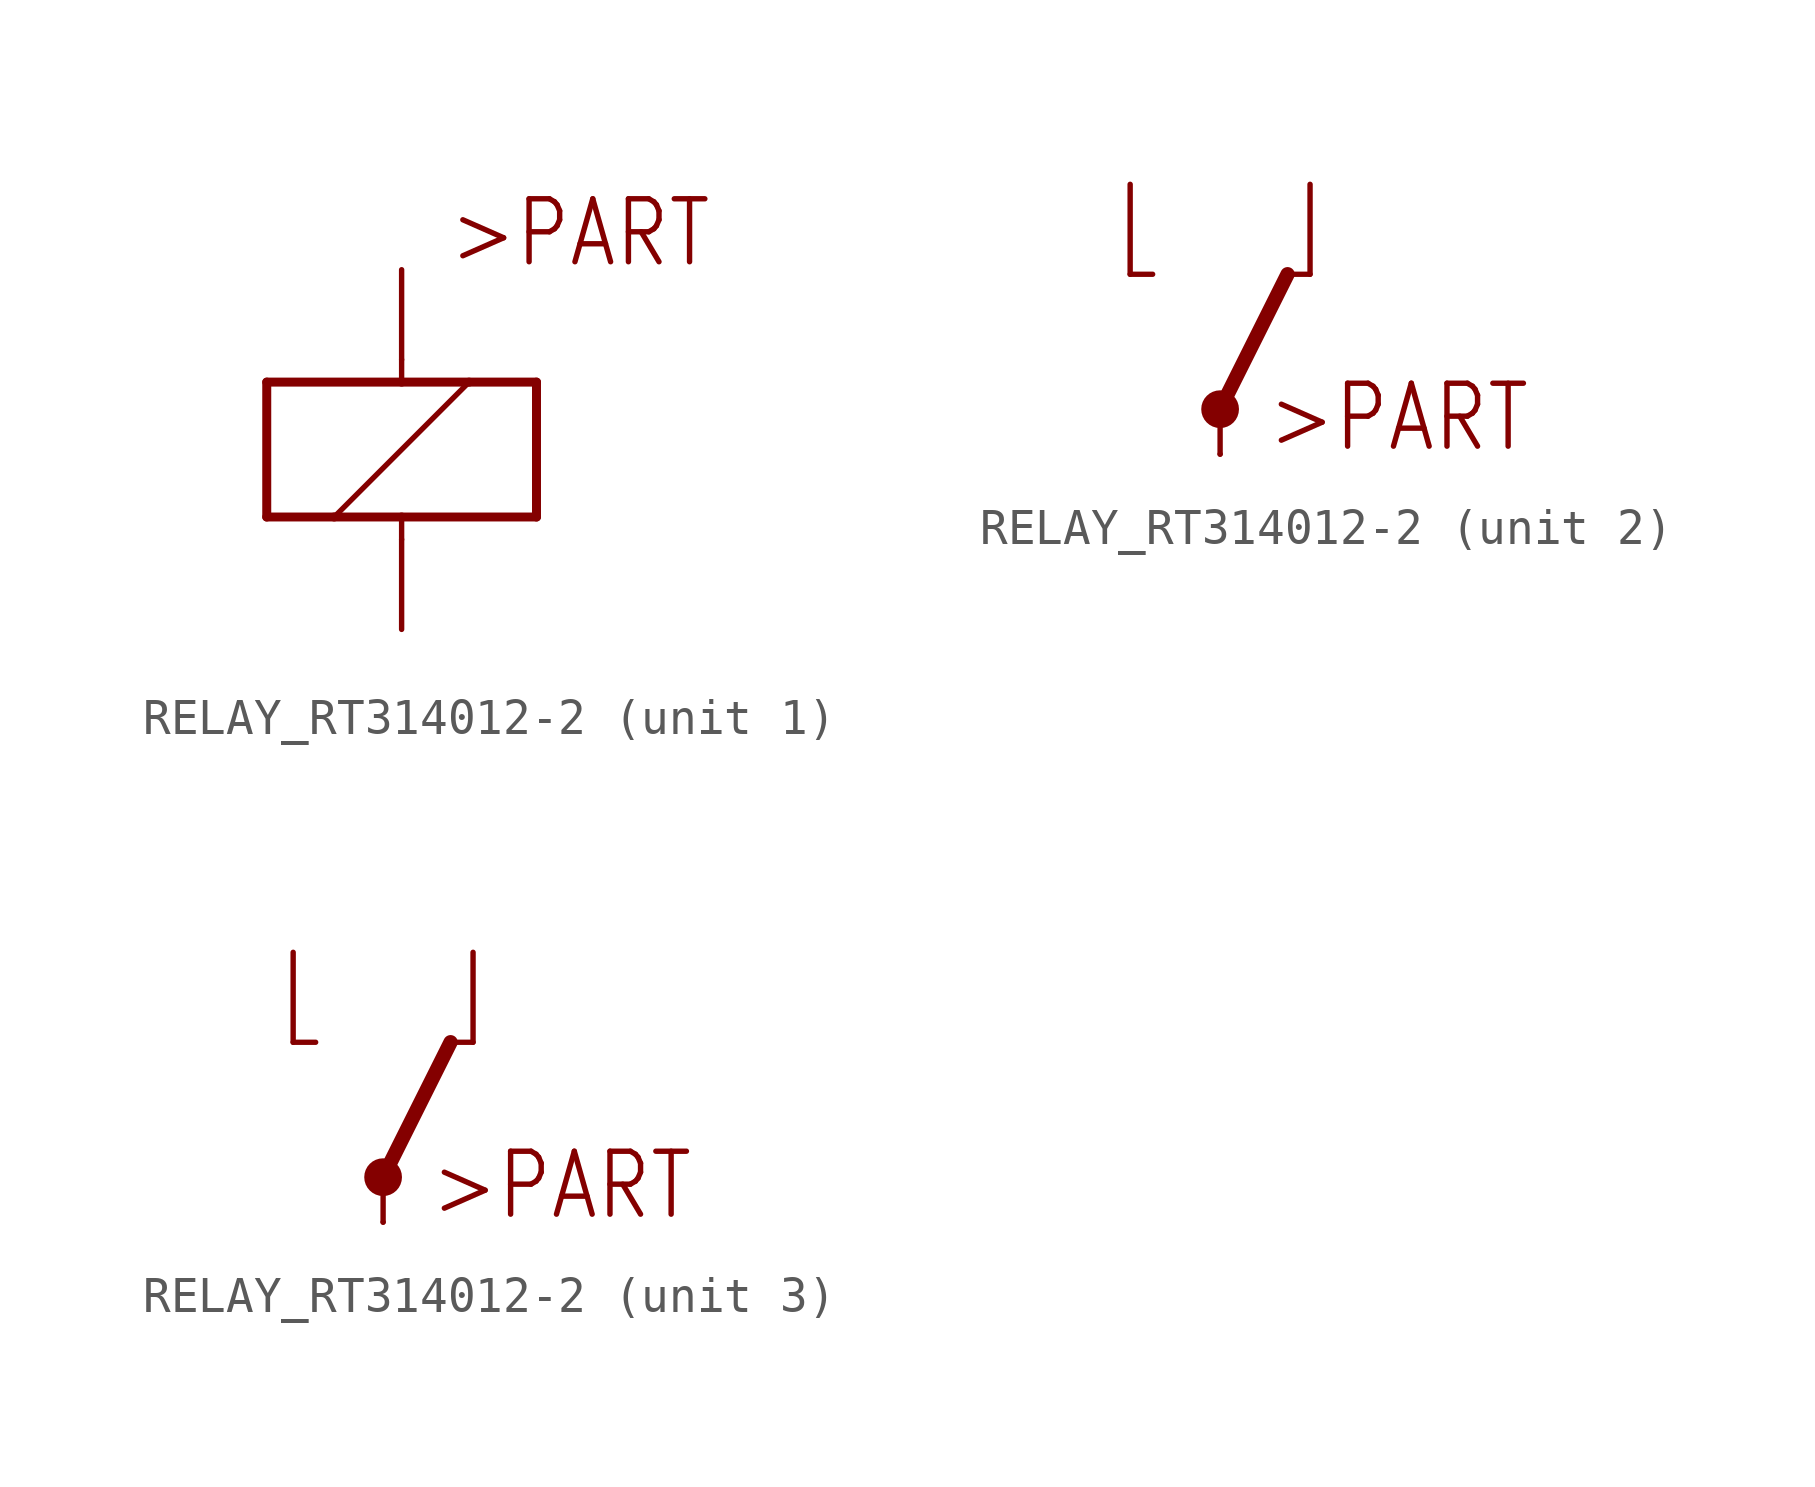
<source format=kicad_sym>
(kicad_symbol_lib
  (version 20211014)
  (generator kicad_symbol_editor)
  (symbol "RELAY_RT314012-2"
    (property "Reference" "K"
      (at 0 0 0)
      (effects (font (size 1.27 1.27)) hide))
    (property "ki_locked" ""
      (at 0 0 0)
      (effects (font (size 1.27 1.27))))
    (symbol "RELAY_RT314012-2_1_0"
      (polyline (pts (xy -3.81 -1.905) (xy -1.905 -1.905)) (stroke (width 0.254) (type default) (color 0 0 0 0)) (fill (type none)))
      (polyline (pts (xy -3.81 1.905) (xy -3.81 -1.905)) (stroke (width 0.254) (type default) (color 0 0 0 0)) (fill (type none)))
      (polyline (pts (xy -1.905 -1.905) (xy 0 -1.905)) (stroke (width 0.254) (type default) (color 0 0 0 0)) (fill (type none)))
      (polyline (pts (xy -1.905 -1.905) (xy 1.905 1.905)) (stroke (width 0.152) (type default) (color 0 0 0 0)) (fill (type none)))
      (polyline (pts (xy 0 -2.54) (xy 0 -1.905)) (stroke (width 0.152) (type default) (color 0 0 0 0)) (fill (type none)))
      (polyline (pts (xy 0 -1.905) (xy 3.81 -1.905)) (stroke (width 0.254) (type default) (color 0 0 0 0)) (fill (type none)))
      (polyline (pts (xy 0 1.905) (xy -3.81 1.905)) (stroke (width 0.254) (type default) (color 0 0 0 0)) (fill (type none)))
      (polyline (pts (xy 0 2.54) (xy 0 1.905)) (stroke (width 0.152) (type default) (color 0 0 0 0)) (fill (type none)))
      (polyline (pts (xy 1.905 1.905) (xy 0 1.905)) (stroke (width 0.254) (type default) (color 0 0 0 0)) (fill (type none)))
      (polyline (pts (xy 3.81 -1.905) (xy 3.81 1.905)) (stroke (width 0.254) (type default) (color 0 0 0 0)) (fill (type none)))
      (polyline (pts (xy 3.81 1.905) (xy 1.905 1.905)) (stroke (width 0.254) (type default) (color 0 0 0 0)) (fill (type none)))
      (text ">PART" (at 1.27 5.08 0) (effects (font (size 1.778 1.511)) (justify left bottom)))
      (pin passive line (at 0 -5.08 90) (length 2.54) (name "C2" (effects (font (size 0 0)))) (number "A1" (effects (font (size 0 0)))))
      (pin passive line (at 0 5.08 270) (length 2.54) (name "C1" (effects (font (size 0 0)))) (number "A2" (effects (font (size 0 0))))))
    (symbol "RELAY_RT314012-2_2_0"
      (polyline (pts (xy -2.54 5.08) (xy -1.905 5.08)) (stroke (width 0.152) (type default) (color 0 0 0 0)) (fill (type none)))
      (polyline (pts (xy 0 1.27) (xy 0 0)) (stroke (width 0.152) (type default) (color 0 0 0 0)) (fill (type none)))
      (polyline (pts (xy 0 1.27) (xy 1.905 5.08)) (stroke (width 0.406) (type default) (color 0 0 0 0)) (fill (type none)))
      (polyline (pts (xy 2.54 5.08) (xy 1.905 5.08)) (stroke (width 0.152) (type default) (color 0 0 0 0)) (fill (type none)))
      (circle (center 0 1.27) (radius 0.127) (stroke (width 0.406) (type default) (color 0 0 0 0)) (fill (type none)))
      (text ">PART" (at 1.27 0 0) (effects (font (size 1.778 1.511)) (justify left bottom)))
      (pin passive line (at 0 0 90) (length 0) (name "P" (effects (font (size 0 0)))) (number "11A" (effects (font (size 0 0)))))
      (pin passive line (at 2.54 7.62 270) (length 2.54) (name "S" (effects (font (size 0 0)))) (number "12A" (effects (font (size 0 0)))))
      (pin passive line (at -2.54 7.62 270) (length 2.54) (name "O" (effects (font (size 0 0)))) (number "14A" (effects (font (size 0 0))))))
    (symbol "RELAY_RT314012-2_3_0"
      (polyline (pts (xy -2.54 5.08) (xy -1.905 5.08)) (stroke (width 0.152) (type default) (color 0 0 0 0)) (fill (type none)))
      (polyline (pts (xy 0 1.27) (xy 0 0)) (stroke (width 0.152) (type default) (color 0 0 0 0)) (fill (type none)))
      (polyline (pts (xy 0 1.27) (xy 1.905 5.08)) (stroke (width 0.406) (type default) (color 0 0 0 0)) (fill (type none)))
      (polyline (pts (xy 2.54 5.08) (xy 1.905 5.08)) (stroke (width 0.152) (type default) (color 0 0 0 0)) (fill (type none)))
      (circle (center 0 1.27) (radius 0.127) (stroke (width 0.406) (type default) (color 0 0 0 0)) (fill (type none)))
      (text ">PART" (at 1.27 0 0) (effects (font (size 1.778 1.511)) (justify left bottom)))
      (pin passive line (at 0 0 90) (length 0) (name "P" (effects (font (size 0 0)))) (number "11B" (effects (font (size 0 0)))))
      (pin passive line (at 2.54 7.62 270) (length 2.54) (name "S" (effects (font (size 0 0)))) (number "12B" (effects (font (size 0 0)))))
      (pin passive line (at -2.54 7.62 270) (length 2.54) (name "O" (effects (font (size 0 0)))) (number "14B" (effects (font (size 0 0))))))))
</source>
